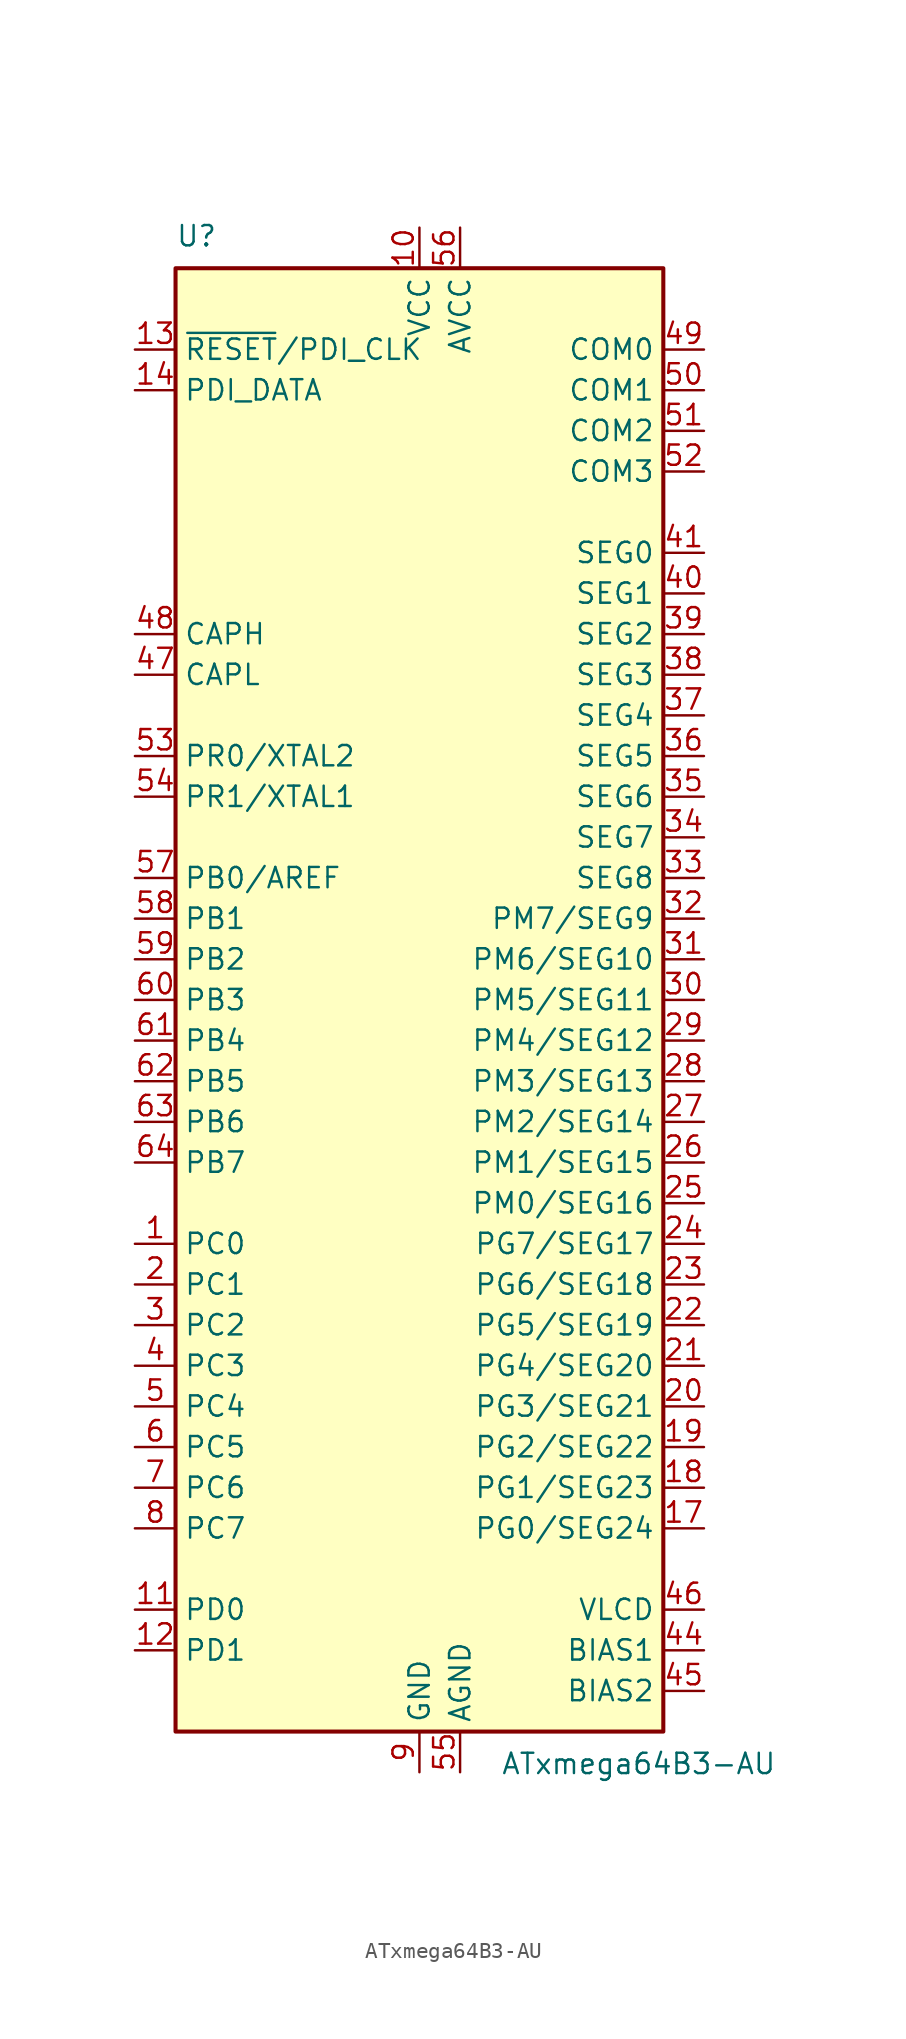
<source format=kicad_sym>
(kicad_symbol_lib
  (version 20211014)
  (generator kicad_symbol_editor)
  (symbol "ATxmega64B3-AU"
    (property "Reference" "U"
      (at -15.24 46.99 0)
      (effects (font (size 1.27 1.27)) (justify left bottom)))
    (property "Value" "ATxmega64B3-AU"
      (at 5.08 -46.99 0)
      (effects (font (size 1.27 1.27)) (justify left top)))
    (symbol "ATxmega64B3-AU_0_1"
      (rectangle (start -15.24 -45.72) (end 15.24 45.72) (stroke (width 0.254) (type default) (color 0 0 0 0)) (fill (type background))))
    (symbol "ATxmega64B3-AU_1_1"
      (pin bidirectional line (at -17.78 -15.24 0) (length 2.54) (name "PC0" (effects (font (size 1.27 1.27)))) (number "1" (effects (font (size 1.27 1.27)))))
      (pin power_in line (at 0 48.26 270) (length 2.54) (name "VCC" (effects (font (size 1.27 1.27)))) (number "10" (effects (font (size 1.27 1.27)))))
      (pin bidirectional line (at -17.78 -38.1 0) (length 2.54) (name "PD0" (effects (font (size 1.27 1.27)))) (number "11" (effects (font (size 1.27 1.27)))))
      (pin bidirectional line (at -17.78 -40.64 0) (length 2.54) (name "PD1" (effects (font (size 1.27 1.27)))) (number "12" (effects (font (size 1.27 1.27)))))
      (pin input line (at -17.78 40.64 0) (length 2.54) (name "~{RESET}/PDI_CLK" (effects (font (size 1.27 1.27)))) (number "13" (effects (font (size 1.27 1.27)))))
      (pin bidirectional line (at -17.78 38.1 0) (length 2.54) (name "PDI_DATA" (effects (font (size 1.27 1.27)))) (number "14" (effects (font (size 1.27 1.27)))))
      (pin passive line (at 0 -48.26 90) (length 2.54) hide (name "GND" (effects (font (size 1.27 1.27)))) (number "15" (effects (font (size 1.27 1.27)))))
      (pin passive line (at 0 48.26 270) (length 2.54) hide (name "VCC" (effects (font (size 1.27 1.27)))) (number "16" (effects (font (size 1.27 1.27)))))
      (pin bidirectional line (at 17.78 -33.02 180) (length 2.54) (name "PG0/SEG24" (effects (font (size 1.27 1.27)))) (number "17" (effects (font (size 1.27 1.27)))))
      (pin bidirectional line (at 17.78 -30.48 180) (length 2.54) (name "PG1/SEG23" (effects (font (size 1.27 1.27)))) (number "18" (effects (font (size 1.27 1.27)))))
      (pin bidirectional line (at 17.78 -27.94 180) (length 2.54) (name "PG2/SEG22" (effects (font (size 1.27 1.27)))) (number "19" (effects (font (size 1.27 1.27)))))
      (pin bidirectional line (at -17.78 -17.78 0) (length 2.54) (name "PC1" (effects (font (size 1.27 1.27)))) (number "2" (effects (font (size 1.27 1.27)))))
      (pin bidirectional line (at 17.78 -25.4 180) (length 2.54) (name "PG3/SEG21" (effects (font (size 1.27 1.27)))) (number "20" (effects (font (size 1.27 1.27)))))
      (pin bidirectional line (at 17.78 -22.86 180) (length 2.54) (name "PG4/SEG20" (effects (font (size 1.27 1.27)))) (number "21" (effects (font (size 1.27 1.27)))))
      (pin bidirectional line (at 17.78 -20.32 180) (length 2.54) (name "PG5/SEG19" (effects (font (size 1.27 1.27)))) (number "22" (effects (font (size 1.27 1.27)))))
      (pin bidirectional line (at 17.78 -17.78 180) (length 2.54) (name "PG6/SEG18" (effects (font (size 1.27 1.27)))) (number "23" (effects (font (size 1.27 1.27)))))
      (pin bidirectional line (at 17.78 -15.24 180) (length 2.54) (name "PG7/SEG17" (effects (font (size 1.27 1.27)))) (number "24" (effects (font (size 1.27 1.27)))))
      (pin bidirectional line (at 17.78 -12.7 180) (length 2.54) (name "PM0/SEG16" (effects (font (size 1.27 1.27)))) (number "25" (effects (font (size 1.27 1.27)))))
      (pin bidirectional line (at 17.78 -10.16 180) (length 2.54) (name "PM1/SEG15" (effects (font (size 1.27 1.27)))) (number "26" (effects (font (size 1.27 1.27)))))
      (pin bidirectional line (at 17.78 -7.62 180) (length 2.54) (name "PM2/SEG14" (effects (font (size 1.27 1.27)))) (number "27" (effects (font (size 1.27 1.27)))))
      (pin bidirectional line (at 17.78 -5.08 180) (length 2.54) (name "PM3/SEG13" (effects (font (size 1.27 1.27)))) (number "28" (effects (font (size 1.27 1.27)))))
      (pin bidirectional line (at 17.78 -2.54 180) (length 2.54) (name "PM4/SEG12" (effects (font (size 1.27 1.27)))) (number "29" (effects (font (size 1.27 1.27)))))
      (pin bidirectional line (at -17.78 -20.32 0) (length 2.54) (name "PC2" (effects (font (size 1.27 1.27)))) (number "3" (effects (font (size 1.27 1.27)))))
      (pin bidirectional line (at 17.78 0 180) (length 2.54) (name "PM5/SEG11" (effects (font (size 1.27 1.27)))) (number "30" (effects (font (size 1.27 1.27)))))
      (pin bidirectional line (at 17.78 2.54 180) (length 2.54) (name "PM6/SEG10" (effects (font (size 1.27 1.27)))) (number "31" (effects (font (size 1.27 1.27)))))
      (pin bidirectional line (at 17.78 5.08 180) (length 2.54) (name "PM7/SEG9" (effects (font (size 1.27 1.27)))) (number "32" (effects (font (size 1.27 1.27)))))
      (pin output line (at 17.78 7.62 180) (length 2.54) (name "SEG8" (effects (font (size 1.27 1.27)))) (number "33" (effects (font (size 1.27 1.27)))))
      (pin output line (at 17.78 10.16 180) (length 2.54) (name "SEG7" (effects (font (size 1.27 1.27)))) (number "34" (effects (font (size 1.27 1.27)))))
      (pin output line (at 17.78 12.7 180) (length 2.54) (name "SEG6" (effects (font (size 1.27 1.27)))) (number "35" (effects (font (size 1.27 1.27)))))
      (pin output line (at 17.78 15.24 180) (length 2.54) (name "SEG5" (effects (font (size 1.27 1.27)))) (number "36" (effects (font (size 1.27 1.27)))))
      (pin output line (at 17.78 17.78 180) (length 2.54) (name "SEG4" (effects (font (size 1.27 1.27)))) (number "37" (effects (font (size 1.27 1.27)))))
      (pin output line (at 17.78 20.32 180) (length 2.54) (name "SEG3" (effects (font (size 1.27 1.27)))) (number "38" (effects (font (size 1.27 1.27)))))
      (pin output line (at 17.78 22.86 180) (length 2.54) (name "SEG2" (effects (font (size 1.27 1.27)))) (number "39" (effects (font (size 1.27 1.27)))))
      (pin bidirectional line (at -17.78 -22.86 0) (length 2.54) (name "PC3" (effects (font (size 1.27 1.27)))) (number "4" (effects (font (size 1.27 1.27)))))
      (pin output line (at 17.78 25.4 180) (length 2.54) (name "SEG1" (effects (font (size 1.27 1.27)))) (number "40" (effects (font (size 1.27 1.27)))))
      (pin output line (at 17.78 27.94 180) (length 2.54) (name "SEG0" (effects (font (size 1.27 1.27)))) (number "41" (effects (font (size 1.27 1.27)))))
      (pin passive line (at 0 -48.26 90) (length 2.54) hide (name "GND" (effects (font (size 1.27 1.27)))) (number "42" (effects (font (size 1.27 1.27)))))
      (pin passive line (at 0 48.26 270) (length 2.54) hide (name "VCC" (effects (font (size 1.27 1.27)))) (number "43" (effects (font (size 1.27 1.27)))))
      (pin power_out line (at 17.78 -40.64 180) (length 2.54) (name "BIAS1" (effects (font (size 1.27 1.27)))) (number "44" (effects (font (size 1.27 1.27)))))
      (pin power_out line (at 17.78 -43.18 180) (length 2.54) (name "BIAS2" (effects (font (size 1.27 1.27)))) (number "45" (effects (font (size 1.27 1.27)))))
      (pin power_out line (at 17.78 -38.1 180) (length 2.54) (name "VLCD" (effects (font (size 1.27 1.27)))) (number "46" (effects (font (size 1.27 1.27)))))
      (pin passive line (at -17.78 20.32 0) (length 2.54) (name "CAPL" (effects (font (size 1.27 1.27)))) (number "47" (effects (font (size 1.27 1.27)))))
      (pin passive line (at -17.78 22.86 0) (length 2.54) (name "CAPH" (effects (font (size 1.27 1.27)))) (number "48" (effects (font (size 1.27 1.27)))))
      (pin output line (at 17.78 40.64 180) (length 2.54) (name "COM0" (effects (font (size 1.27 1.27)))) (number "49" (effects (font (size 1.27 1.27)))))
      (pin bidirectional line (at -17.78 -25.4 0) (length 2.54) (name "PC4" (effects (font (size 1.27 1.27)))) (number "5" (effects (font (size 1.27 1.27)))))
      (pin output line (at 17.78 38.1 180) (length 2.54) (name "COM1" (effects (font (size 1.27 1.27)))) (number "50" (effects (font (size 1.27 1.27)))))
      (pin output line (at 17.78 35.56 180) (length 2.54) (name "COM2" (effects (font (size 1.27 1.27)))) (number "51" (effects (font (size 1.27 1.27)))))
      (pin output line (at 17.78 33.02 180) (length 2.54) (name "COM3" (effects (font (size 1.27 1.27)))) (number "52" (effects (font (size 1.27 1.27)))))
      (pin bidirectional line (at -17.78 15.24 0) (length 2.54) (name "PR0/XTAL2" (effects (font (size 1.27 1.27)))) (number "53" (effects (font (size 1.27 1.27)))))
      (pin bidirectional line (at -17.78 12.7 0) (length 2.54) (name "PR1/XTAL1" (effects (font (size 1.27 1.27)))) (number "54" (effects (font (size 1.27 1.27)))))
      (pin power_in line (at 2.54 -48.26 90) (length 2.54) (name "AGND" (effects (font (size 1.27 1.27)))) (number "55" (effects (font (size 1.27 1.27)))))
      (pin power_in line (at 2.54 48.26 270) (length 2.54) (name "AVCC" (effects (font (size 1.27 1.27)))) (number "56" (effects (font (size 1.27 1.27)))))
      (pin bidirectional line (at -17.78 7.62 0) (length 2.54) (name "PB0/AREF" (effects (font (size 1.27 1.27)))) (number "57" (effects (font (size 1.27 1.27)))))
      (pin bidirectional line (at -17.78 5.08 0) (length 2.54) (name "PB1" (effects (font (size 1.27 1.27)))) (number "58" (effects (font (size 1.27 1.27)))))
      (pin bidirectional line (at -17.78 2.54 0) (length 2.54) (name "PB2" (effects (font (size 1.27 1.27)))) (number "59" (effects (font (size 1.27 1.27)))))
      (pin bidirectional line (at -17.78 -27.94 0) (length 2.54) (name "PC5" (effects (font (size 1.27 1.27)))) (number "6" (effects (font (size 1.27 1.27)))))
      (pin bidirectional line (at -17.78 0 0) (length 2.54) (name "PB3" (effects (font (size 1.27 1.27)))) (number "60" (effects (font (size 1.27 1.27)))))
      (pin bidirectional line (at -17.78 -2.54 0) (length 2.54) (name "PB4" (effects (font (size 1.27 1.27)))) (number "61" (effects (font (size 1.27 1.27)))))
      (pin bidirectional line (at -17.78 -5.08 0) (length 2.54) (name "PB5" (effects (font (size 1.27 1.27)))) (number "62" (effects (font (size 1.27 1.27)))))
      (pin bidirectional line (at -17.78 -7.62 0) (length 2.54) (name "PB6" (effects (font (size 1.27 1.27)))) (number "63" (effects (font (size 1.27 1.27)))))
      (pin bidirectional line (at -17.78 -10.16 0) (length 2.54) (name "PB7" (effects (font (size 1.27 1.27)))) (number "64" (effects (font (size 1.27 1.27)))))
      (pin bidirectional line (at -17.78 -30.48 0) (length 2.54) (name "PC6" (effects (font (size 1.27 1.27)))) (number "7" (effects (font (size 1.27 1.27)))))
      (pin bidirectional line (at -17.78 -33.02 0) (length 2.54) (name "PC7" (effects (font (size 1.27 1.27)))) (number "8" (effects (font (size 1.27 1.27)))))
      (pin power_in line (at 0 -48.26 90) (length 2.54) (name "GND" (effects (font (size 1.27 1.27)))) (number "9" (effects (font (size 1.27 1.27))))))))
</source>
